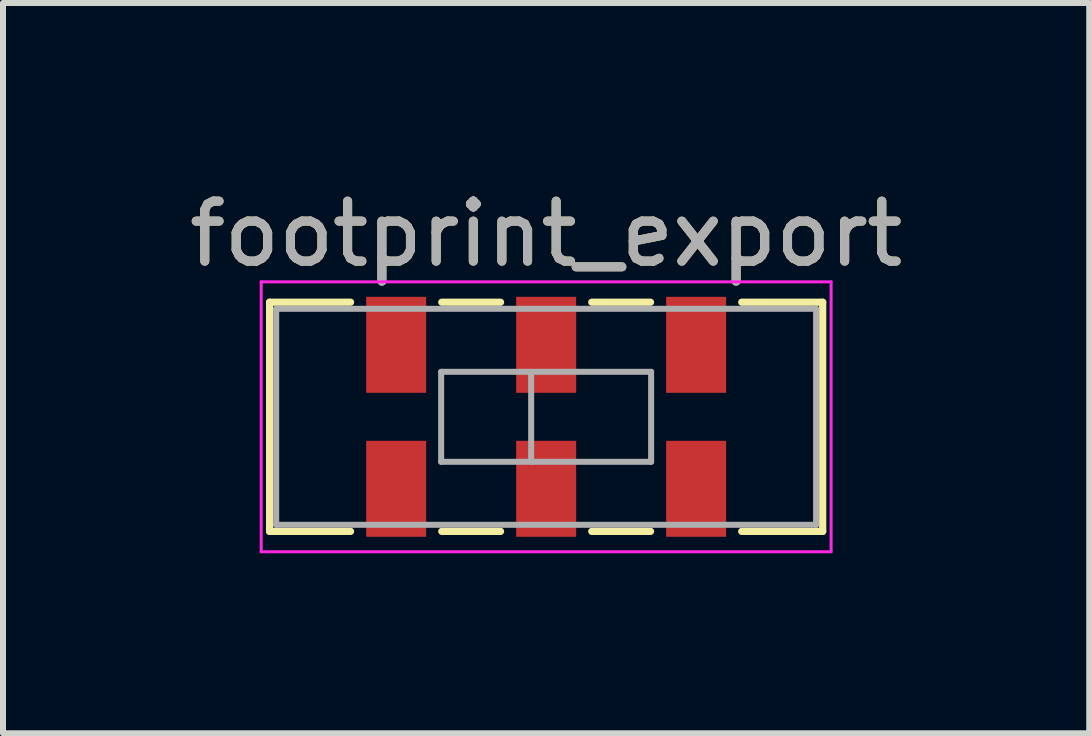
<source format=kicad_pcb>
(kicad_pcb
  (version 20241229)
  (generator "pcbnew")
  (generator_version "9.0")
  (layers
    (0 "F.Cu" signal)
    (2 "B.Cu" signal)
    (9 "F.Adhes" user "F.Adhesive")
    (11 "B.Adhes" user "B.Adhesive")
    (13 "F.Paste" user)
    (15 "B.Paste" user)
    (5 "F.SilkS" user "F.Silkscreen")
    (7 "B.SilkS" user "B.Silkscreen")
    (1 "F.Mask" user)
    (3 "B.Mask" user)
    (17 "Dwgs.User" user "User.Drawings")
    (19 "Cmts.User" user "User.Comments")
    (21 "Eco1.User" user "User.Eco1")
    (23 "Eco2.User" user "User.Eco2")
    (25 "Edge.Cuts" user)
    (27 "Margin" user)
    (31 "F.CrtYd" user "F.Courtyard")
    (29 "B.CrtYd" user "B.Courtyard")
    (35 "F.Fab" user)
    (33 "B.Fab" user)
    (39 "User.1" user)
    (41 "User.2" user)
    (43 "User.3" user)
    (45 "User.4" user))
  (footprint "footprint_export"
    (layer "F.Cu")
    (at 6.054 3.898)
    (property "Reference" "footprint_export" (at 0 -3.05 0) (layer "F.SilkS") (effects (font (size 1 1) (thickness 0.15))))
    (attr smd)
    (fp_line (start -4.61 -1.91) (end -4.61 1.91) (stroke (width 0.12) (type solid)) (layer "F.SilkS"))
    (fp_line (start -4.61 1.91) (end -3.26 1.91) (stroke (width 0.12) (type solid)) (layer "F.SilkS"))
    (fp_line (start -3.26 -1.91) (end -4.61 -1.91) (stroke (width 0.12) (type solid)) (layer "F.SilkS"))
    (fp_line (start -0.76 -1.91) (end -1.74 -1.91) (stroke (width 0.12) (type solid)) (layer "F.SilkS"))
    (fp_line (start -0.76 1.91) (end -1.74 1.91) (stroke (width 0.12) (type solid)) (layer "F.SilkS"))
    (fp_line (start 1.74 -1.91) (end 0.76 -1.91) (stroke (width 0.12) (type solid)) (layer "F.SilkS"))
    (fp_line (start 1.74 1.91) (end 0.76 1.91) (stroke (width 0.12) (type solid)) (layer "F.SilkS"))
    (fp_line (start 4.61 -1.91) (end 3.26 -1.91) (stroke (width 0.12) (type solid)) (layer "F.SilkS"))
    (fp_line (start 4.61 -1.91) (end 4.61 1.91) (stroke (width 0.12) (type solid)) (layer "F.SilkS"))
    (fp_line (start 4.61 1.91) (end 3.26 1.91) (stroke (width 0.12) (type solid)) (layer "F.SilkS"))
    (fp_line (start -4.75 -2.25) (end -4.75 2.25) (stroke (width 0.05) (type solid)) (layer "F.CrtYd"))
    (fp_line (start -4.75 -2.25) (end 4.75 -2.25) (stroke (width 0.05) (type solid)) (layer "F.CrtYd"))
    (fp_line (start 4.75 -2.25) (end 4.75 2.25) (stroke (width 0.05) (type solid)) (layer "F.CrtYd"))
    (fp_line (start 4.75 2.25) (end -4.75 2.25) (stroke (width 0.05) (type solid)) (layer "F.CrtYd"))
    (fp_line (start -4.5 -1.8) (end 4.5 -1.8) (stroke (width 0.1) (type solid)) (layer "F.Fab"))
    (fp_line (start -4.5 1.8) (end -4.5 -1.8) (stroke (width 0.1) (type solid)) (layer "F.Fab"))
    (fp_line (start -1.75 -0.75) (end -1.75 0.75) (stroke (width 0.1) (type solid)) (layer "F.Fab"))
    (fp_line (start -1.75 -0.75) (end 1.75 -0.75) (stroke (width 0.1) (type solid)) (layer "F.Fab"))
    (fp_line (start -0.25 -0.75) (end -0.25 0.75) (stroke (width 0.1) (type solid)) (layer "F.Fab"))
    (fp_line (start 1.75 -0.75) (end 1.75 0.75) (stroke (width 0.1) (type solid)) (layer "F.Fab"))
    (fp_line (start 1.75 0.75) (end -1.75 0.75) (stroke (width 0.1) (type solid)) (layer "F.Fab"))
    (fp_line (start 4.5 -1.8) (end 4.5 1.8) (stroke (width 0.1) (type solid)) (layer "F.Fab"))
    (fp_line (start 4.5 1.8) (end -4.5 1.8) (stroke (width 0.1) (type solid)) (layer "F.Fab"))
    (fp_text user "${REFERENCE}" (at 0 -3.05 0) (layer "F.Fab") (effects (font (size 1 1) (thickness 0.15))))
    (pad "1" smd rect (at -2.5 -1.2) (size 1 1.6) (layers "F.Cu" "F.Mask" "F.Paste"))
    (pad "2" smd rect (at 0 -1.2) (size 1 1.6) (layers "F.Cu" "F.Mask" "F.Paste"))
    (pad "3" smd rect (at 2.5 -1.2) (size 1 1.6) (layers "F.Cu" "F.Mask" "F.Paste"))
    (pad "4" smd rect (at -2.5 1.2) (size 1 1.6) (layers "F.Cu" "F.Mask" "F.Paste"))
    (pad "5" smd rect (at 0 1.2) (size 1 1.6) (layers "F.Cu" "F.Mask" "F.Paste"))
    (pad "6" smd rect (at 2.5 1.2) (size 1 1.6) (layers "F.Cu" "F.Mask" "F.Paste")))
  (gr_rect
    (start -3 -3)
    (end 15.107 9.173)
    (stroke (width 0.1) (type default))
    (fill no)
    (layer "Edge.Cuts")))
</source>
